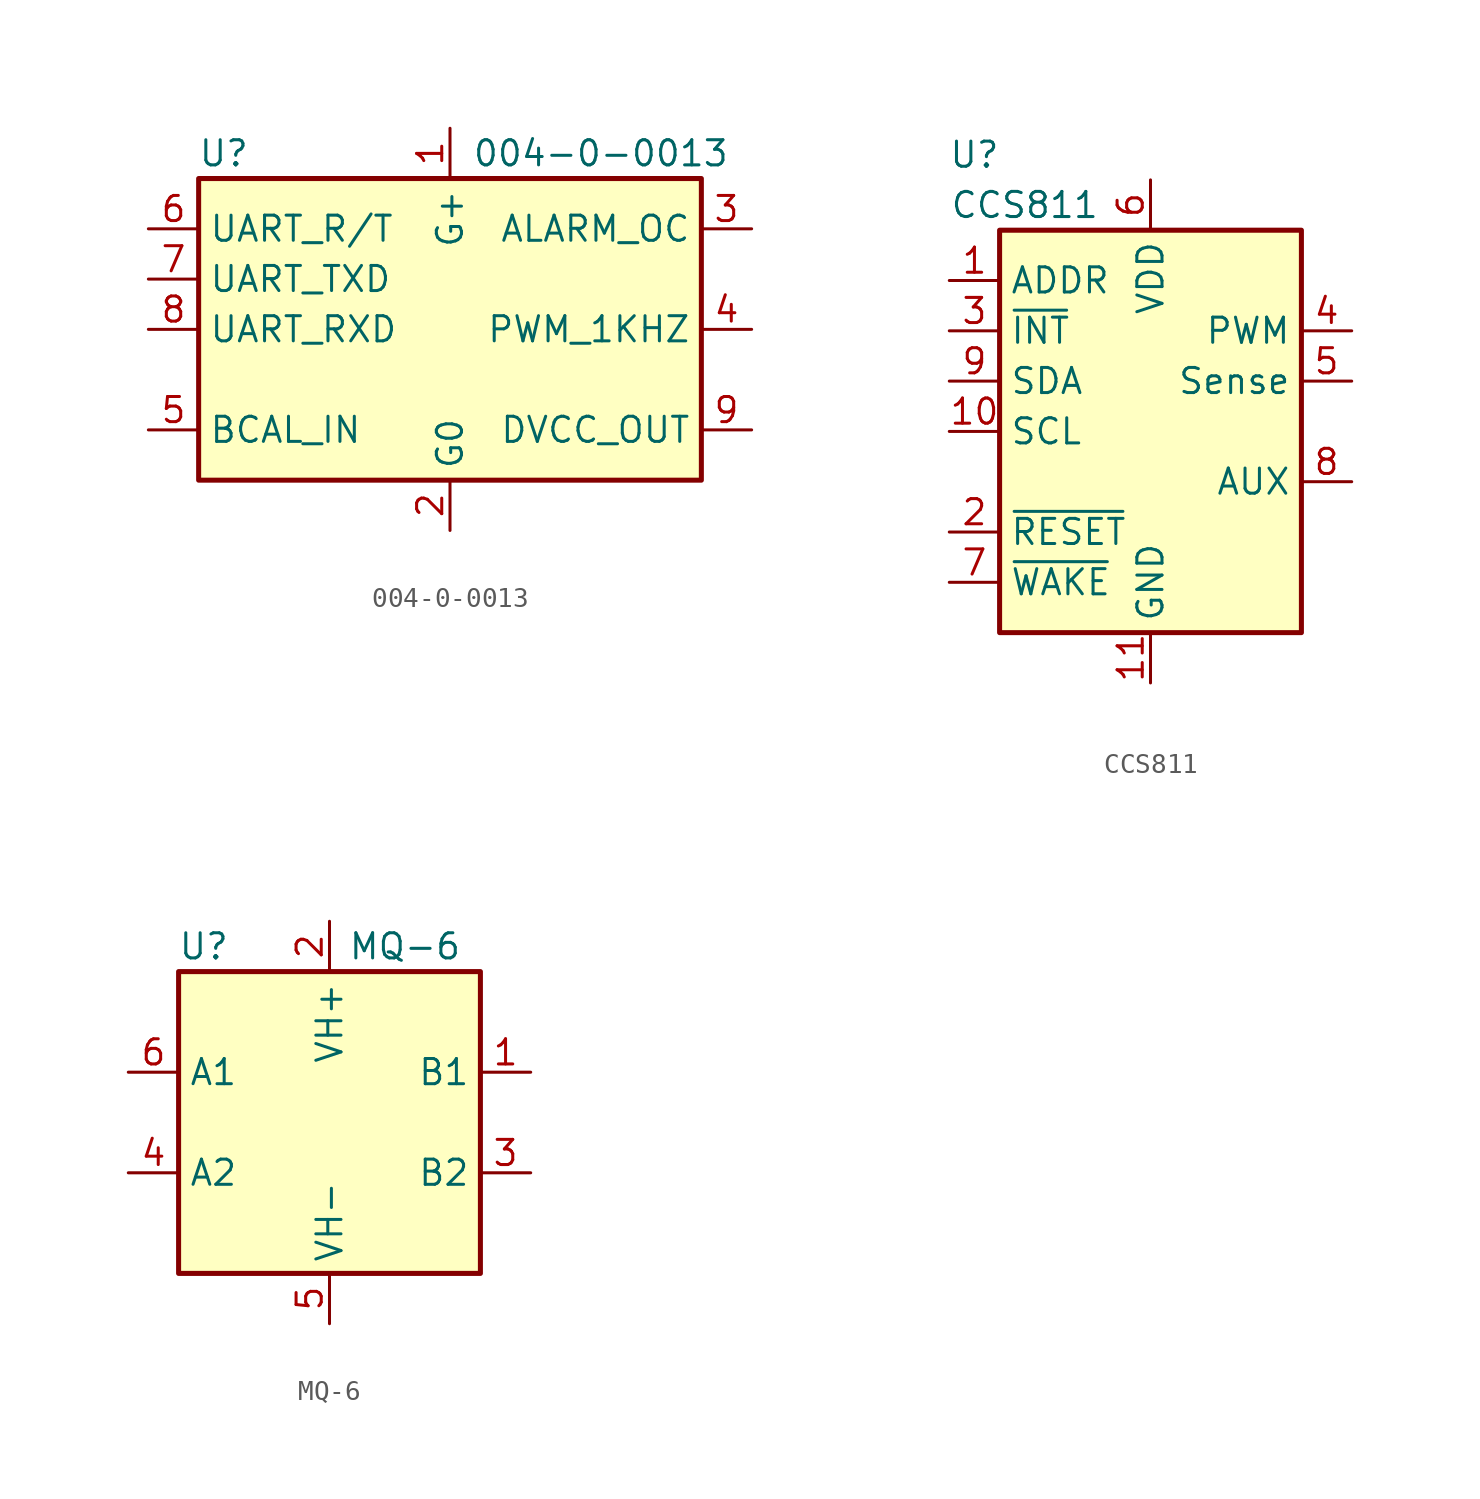
<source format=kicad_sym>
(kicad_symbol_lib
  (version 20201005)
  (generator kicad_symbol_editor)
  (symbol "004-0-0013"
    (property "Reference" "U"
      (at -11.43 8.89 0)
      (effects (font (size 1.27 1.27))))
    (property "Value" "004-0-0013"
      (at 7.62 8.89 0)
      (effects (font (size 1.27 1.27))))
    (symbol "004-0-0013_0_1"
      (rectangle (start -12.7 7.62) (end 12.7 -7.62) (stroke (width 0.254)) (fill (type background))))
    (symbol "004-0-0013_1_1"
      (pin power_in line (at 0 10.16 270) (length 2.54) (name "G+" (effects (font (size 1.27 1.27)))) (number "1" (effects (font (size 1.27 1.27)))))
      (pin power_in line (at 0 -10.16 90) (length 2.54) (name "G0" (effects (font (size 1.27 1.27)))) (number "2" (effects (font (size 1.27 1.27)))))
      (pin open_collector line (at 15.24 5.08 180) (length 2.54) (name "ALARM_OC" (effects (font (size 1.27 1.27)))) (number "3" (effects (font (size 1.27 1.27)))))
      (pin output line (at 15.24 0 180) (length 2.54) (name "PWM_1KHZ" (effects (font (size 1.27 1.27)))) (number "4" (effects (font (size 1.27 1.27)))))
      (pin input line (at -15.24 -5.08 0) (length 2.54) (name "BCAL_IN" (effects (font (size 1.27 1.27)))) (number "5" (effects (font (size 1.27 1.27)))))
      (pin output line (at -15.24 5.08 0) (length 2.54) (name "UART_R/T" (effects (font (size 1.27 1.27)))) (number "6" (effects (font (size 1.27 1.27)))))
      (pin output line (at -15.24 2.54 0) (length 2.54) (name "UART_TXD" (effects (font (size 1.27 1.27)))) (number "7" (effects (font (size 1.27 1.27)))))
      (pin input line (at -15.24 0 0) (length 2.54) (name "UART_RXD" (effects (font (size 1.27 1.27)))) (number "8" (effects (font (size 1.27 1.27)))))
      (pin power_out line (at 15.24 -5.08 180) (length 2.54) (name "DVCC_OUT" (effects (font (size 1.27 1.27)))) (number "9" (effects (font (size 1.27 1.27)))))))
  (symbol "CCS811"
    (property "Reference" "U"
      (at -8.89 13.97 0)
      (effects (font (size 1.27 1.27))))
    (property "Value" "CCS811"
      (at -6.35 11.43 0)
      (effects (font (size 1.27 1.27))))
    (symbol "CCS811_0_1"
      (rectangle (start -7.62 10.16) (end 7.62 -10.16) (stroke (width 0.254)) (fill (type background))))
    (symbol "CCS811_1_1"
      (pin input line (at -10.16 7.62 0) (length 2.54) (name "ADDR" (effects (font (size 1.27 1.27)))) (number "1" (effects (font (size 1.27 1.27)))))
      (pin input line (at -10.16 0 0) (length 2.54) (name "SCL" (effects (font (size 1.27 1.27)))) (number "10" (effects (font (size 1.27 1.27)))))
      (pin power_in line (at 0 -12.7 90) (length 2.54) (name "GND" (effects (font (size 1.27 1.27)))) (number "11" (effects (font (size 1.27 1.27)))))
      (pin input line (at -10.16 -5.08 0) (length 2.54) (name "~RESET" (effects (font (size 1.27 1.27)))) (number "2" (effects (font (size 1.27 1.27)))))
      (pin output line (at -10.16 5.08 0) (length 2.54) (name "~INT" (effects (font (size 1.27 1.27)))) (number "3" (effects (font (size 1.27 1.27)))))
      (pin output line (at 10.16 5.08 180) (length 2.54) (name "PWM" (effects (font (size 1.27 1.27)))) (number "4" (effects (font (size 1.27 1.27)))))
      (pin bidirectional line (at 10.16 2.54 180) (length 2.54) (name "Sense" (effects (font (size 1.27 1.27)))) (number "5" (effects (font (size 1.27 1.27)))))
      (pin power_in line (at 0 12.7 270) (length 2.54) (name "VDD" (effects (font (size 1.27 1.27)))) (number "6" (effects (font (size 1.27 1.27)))))
      (pin input line (at -10.16 -7.62 0) (length 2.54) (name "~WAKE" (effects (font (size 1.27 1.27)))) (number "7" (effects (font (size 1.27 1.27)))))
      (pin input line (at 10.16 -2.54 180) (length 2.54) (name "AUX" (effects (font (size 1.27 1.27)))) (number "8" (effects (font (size 1.27 1.27)))))
      (pin bidirectional line (at -10.16 2.54 0) (length 2.54) (name "SDA" (effects (font (size 1.27 1.27)))) (number "9" (effects (font (size 1.27 1.27)))))))
  (symbol "MQ-6"
    (property "Reference" "U"
      (at -6.35 8.89 0)
      (effects (font (size 1.27 1.27))))
    (property "Value" "MQ-6"
      (at 3.81 8.89 0)
      (effects (font (size 1.27 1.27))))
    (symbol "MQ-6_0_1"
      (rectangle (start -7.62 7.62) (end 7.62 -7.62) (stroke (width 0.254)) (fill (type background))))
    (symbol "MQ-6_1_1"
      (pin passive line (at 10.16 2.54 180) (length 2.54) (name "B1" (effects (font (size 1.27 1.27)))) (number "1" (effects (font (size 1.27 1.27)))))
      (pin power_in line (at 0 10.16 270) (length 2.54) (name "VH+" (effects (font (size 1.27 1.27)))) (number "2" (effects (font (size 1.27 1.27)))))
      (pin passive line (at 10.16 -2.54 180) (length 2.54) (name "B2" (effects (font (size 1.27 1.27)))) (number "3" (effects (font (size 1.27 1.27)))))
      (pin passive line (at -10.16 -2.54 0) (length 2.54) (name "A2" (effects (font (size 1.27 1.27)))) (number "4" (effects (font (size 1.27 1.27)))))
      (pin power_in line (at 0 -10.16 90) (length 2.54) (name "VH-" (effects (font (size 1.27 1.27)))) (number "5" (effects (font (size 1.27 1.27)))))
      (pin passive line (at -10.16 2.54 0) (length 2.54) (name "A1" (effects (font (size 1.27 1.27)))) (number "6" (effects (font (size 1.27 1.27))))))))
</source>
